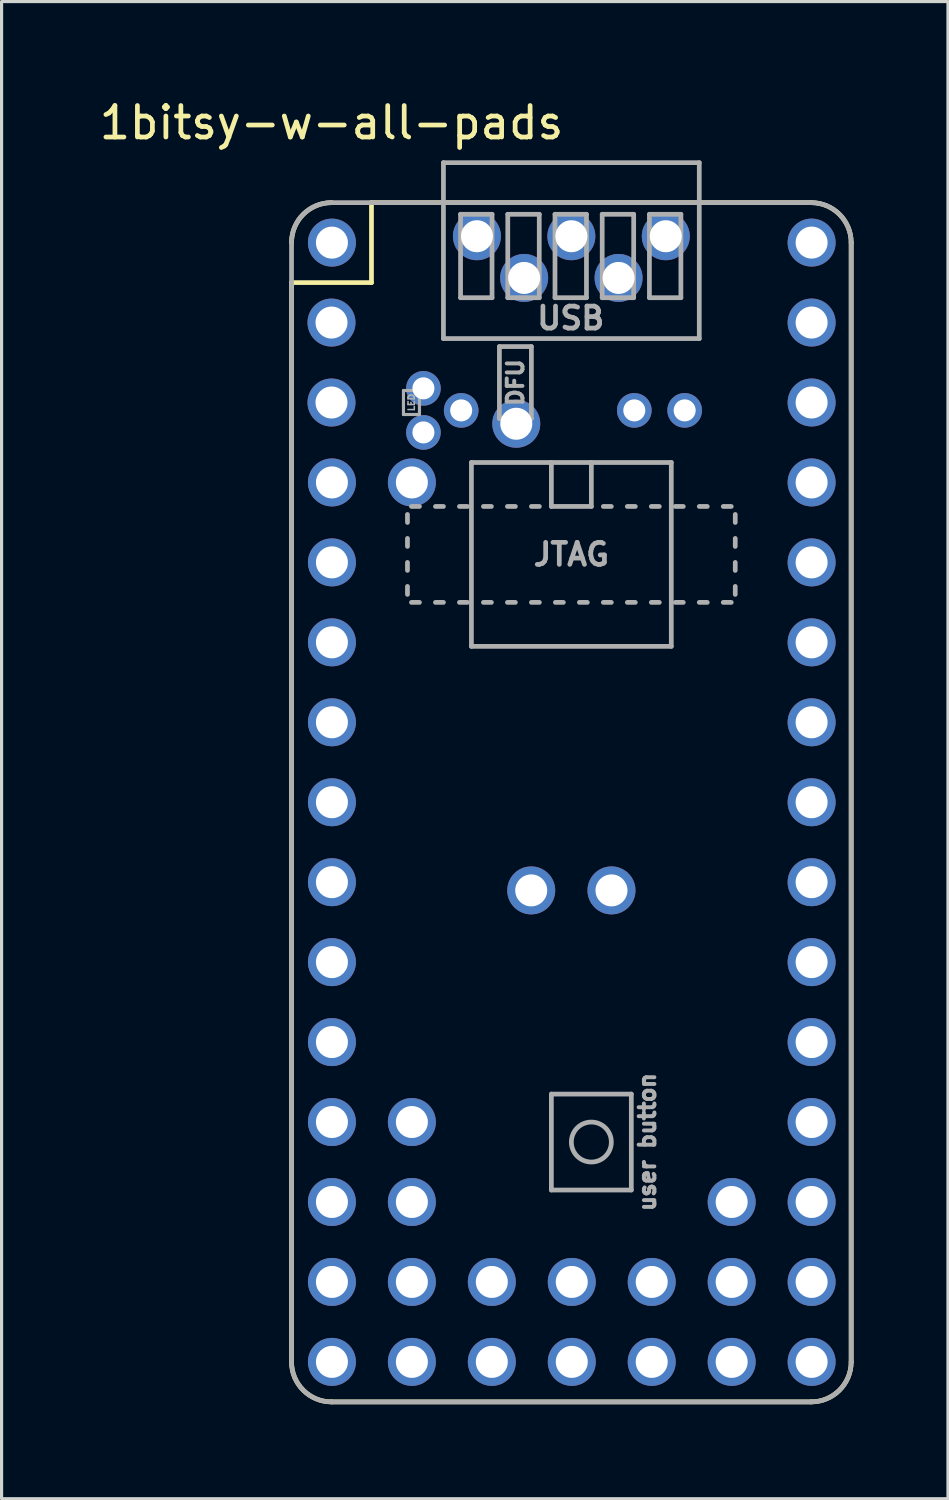
<source format=kicad_pcb>
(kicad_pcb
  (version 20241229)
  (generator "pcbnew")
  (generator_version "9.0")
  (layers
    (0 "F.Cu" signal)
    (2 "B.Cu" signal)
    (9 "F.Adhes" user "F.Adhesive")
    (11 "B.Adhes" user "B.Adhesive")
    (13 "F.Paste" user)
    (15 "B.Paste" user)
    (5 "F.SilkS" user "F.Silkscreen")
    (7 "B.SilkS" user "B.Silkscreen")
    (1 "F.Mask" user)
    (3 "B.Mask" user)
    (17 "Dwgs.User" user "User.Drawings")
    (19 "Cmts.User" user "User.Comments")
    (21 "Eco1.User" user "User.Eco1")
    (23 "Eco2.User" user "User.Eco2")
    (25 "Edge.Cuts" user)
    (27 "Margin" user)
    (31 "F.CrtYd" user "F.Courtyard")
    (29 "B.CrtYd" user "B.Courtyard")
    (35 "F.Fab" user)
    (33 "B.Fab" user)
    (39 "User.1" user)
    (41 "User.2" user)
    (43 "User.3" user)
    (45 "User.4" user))
  (footprint "1bitsy-w-all-pads"
    (layer "F.Cu")
    (at 7.482 4.658)
    (property "Reference" "1bitsy-w-all-pads" (at 0 -3.81 0) (layer "F.SilkS") (effects (font (size 1 1) (thickness 0.15))))
    (attr through_hole)
    (fp_line (start -1.27 1.27) (end -1.27 35.56) (stroke (width 0.15) (type solid)) (layer "F.SilkS"))
    (fp_line (start 0 36.83) (end 15.24 36.83) (stroke (width 0.15) (type solid)) (layer "F.SilkS"))
    (fp_line (start 1.27 -1.27) (end 1.27 1.27) (stroke (width 0.15) (type solid)) (layer "F.SilkS"))
    (fp_line (start 1.27 -1.27) (end 15.24 -1.27) (stroke (width 0.15) (type solid)) (layer "F.SilkS"))
    (fp_line (start 1.27 1.27) (end -1.27 1.27) (stroke (width 0.15) (type solid)) (layer "F.SilkS"))
    (fp_line (start 16.51 35.56) (end 16.51 0) (stroke (width 0.15) (type solid)) (layer "F.SilkS"))
    (fp_arc (start -1.27 0) (mid -0.898026 -0.898026) (end 0 -1.27) (stroke (width 0.15) (type solid)) (layer "F.SilkS"))
    (fp_arc (start 0 36.83) (mid -0.898026 36.458026) (end -1.27 35.56) (stroke (width 0.15) (type solid)) (layer "F.SilkS"))
    (fp_arc (start 15.24 -1.27) (mid 16.138026 -0.898026) (end 16.51 0) (stroke (width 0.15) (type solid)) (layer "F.SilkS"))
    (fp_arc (start 16.51 35.56) (mid 16.138026 36.458026) (end 15.24 36.83) (stroke (width 0.15) (type solid)) (layer "F.SilkS"))
    (fp_line (start -1.27 35.56) (end -1.27 0) (stroke (width 0.15) (type solid)) (layer "F.Fab"))
    (fp_line (start 0 -1.27) (end 15.24 -1.27) (stroke (width 0.15) (type solid)) (layer "F.Fab"))
    (fp_line (start 2.286 4.699) (end 2.794 4.699) (stroke (width 0.1) (type solid)) (layer "F.Fab"))
    (fp_line (start 2.286 5.461) (end 2.286 4.699) (stroke (width 0.1) (type solid)) (layer "F.Fab"))
    (fp_line (start 2.413 8.89) (end 2.413 8.636) (stroke (width 0.15) (type solid)) (layer "F.Fab"))
    (fp_line (start 2.413 9.652) (end 2.413 9.398) (stroke (width 0.15) (type solid)) (layer "F.Fab"))
    (fp_line (start 2.413 10.414) (end 2.413 10.16) (stroke (width 0.15) (type solid)) (layer "F.Fab"))
    (fp_line (start 2.413 11.176) (end 2.413 10.922) (stroke (width 0.15) (type solid)) (layer "F.Fab"))
    (fp_line (start 2.794 4.699) (end 2.794 5.461) (stroke (width 0.1) (type solid)) (layer "F.Fab"))
    (fp_line (start 2.794 5.461) (end 2.286 5.461) (stroke (width 0.1) (type solid)) (layer "F.Fab"))
    (fp_line (start 2.794 8.382) (end 2.54 8.382) (stroke (width 0.15) (type solid)) (layer "F.Fab"))
    (fp_line (start 2.794 11.43) (end 2.54 11.43) (stroke (width 0.15) (type solid)) (layer "F.Fab"))
    (fp_line (start 3.556 -2.54) (end 11.684 -2.54) (stroke (width 0.15) (type solid)) (layer "F.Fab"))
    (fp_line (start 3.556 -1.27) (end 3.556 -2.54) (stroke (width 0.15) (type solid)) (layer "F.Fab"))
    (fp_line (start 3.556 -1.27) (end 3.556 3.048) (stroke (width 0.15) (type solid)) (layer "F.Fab"))
    (fp_line (start 3.556 3.048) (end 11.684 3.048) (stroke (width 0.15) (type solid)) (layer "F.Fab"))
    (fp_line (start 3.556 8.382) (end 3.302 8.382) (stroke (width 0.15) (type solid)) (layer "F.Fab"))
    (fp_line (start 3.556 11.43) (end 3.302 11.43) (stroke (width 0.15) (type solid)) (layer "F.Fab"))
    (fp_line (start 4.064 8.382) (end 4.318 8.382) (stroke (width 0.15) (type solid)) (layer "F.Fab"))
    (fp_line (start 4.1 -0.9) (end 5.1 -0.9) (stroke (width 0.15) (type solid)) (layer "F.Fab"))
    (fp_line (start 4.1 1.75) (end 4.1 -0.9) (stroke (width 0.15) (type solid)) (layer "F.Fab"))
    (fp_line (start 4.318 11.43) (end 4.064 11.43) (stroke (width 0.15) (type solid)) (layer "F.Fab"))
    (fp_line (start 4.445 6.985) (end 10.795 6.985) (stroke (width 0.15) (type solid)) (layer "F.Fab"))
    (fp_line (start 4.445 12.827) (end 4.445 6.985) (stroke (width 0.15) (type solid)) (layer "F.Fab"))
    (fp_line (start 4.826 8.382) (end 5.08 8.382) (stroke (width 0.15) (type solid)) (layer "F.Fab"))
    (fp_line (start 4.826 11.43) (end 5.08 11.43) (stroke (width 0.15) (type solid)) (layer "F.Fab"))
    (fp_line (start 5.1 -0.9) (end 5.1 1.75) (stroke (width 0.15) (type solid)) (layer "F.Fab"))
    (fp_line (start 5.1 1.75) (end 4.1 1.75) (stroke (width 0.15) (type solid)) (layer "F.Fab"))
    (fp_line (start 5.334 3.302) (end 6.35 3.302) (stroke (width 0.15) (type solid)) (layer "F.Fab"))
    (fp_line (start 5.334 5.588) (end 5.334 3.302) (stroke (width 0.15) (type solid)) (layer "F.Fab"))
    (fp_line (start 5.588 8.382) (end 5.842 8.382) (stroke (width 0.15) (type solid)) (layer "F.Fab"))
    (fp_line (start 5.588 11.43) (end 5.842 11.43) (stroke (width 0.15) (type solid)) (layer "F.Fab"))
    (fp_line (start 5.6 -0.9) (end 6.6 -0.9) (stroke (width 0.15) (type solid)) (layer "F.Fab"))
    (fp_line (start 5.6 1.75) (end 5.6 -0.9) (stroke (width 0.15) (type solid)) (layer "F.Fab"))
    (fp_line (start 6.35 3.302) (end 6.35 5.588) (stroke (width 0.15) (type solid)) (layer "F.Fab"))
    (fp_line (start 6.35 5.588) (end 5.334 5.588) (stroke (width 0.15) (type solid)) (layer "F.Fab"))
    (fp_line (start 6.35 8.382) (end 6.604 8.382) (stroke (width 0.15) (type solid)) (layer "F.Fab"))
    (fp_line (start 6.35 11.43) (end 6.604 11.43) (stroke (width 0.15) (type solid)) (layer "F.Fab"))
    (fp_line (start 6.6 -0.9) (end 6.6 1.75) (stroke (width 0.15) (type solid)) (layer "F.Fab"))
    (fp_line (start 6.6 1.75) (end 5.6 1.75) (stroke (width 0.15) (type solid)) (layer "F.Fab"))
    (fp_line (start 6.985 6.985) (end 6.985 8.382) (stroke (width 0.15) (type solid)) (layer "F.Fab"))
    (fp_line (start 6.985 8.382) (end 8.255 8.382) (stroke (width 0.15) (type solid)) (layer "F.Fab"))
    (fp_line (start 6.985 27.051) (end 9.525 27.051) (stroke (width 0.15) (type solid)) (layer "F.Fab"))
    (fp_line (start 6.985 30.099) (end 6.985 27.051) (stroke (width 0.15) (type solid)) (layer "F.Fab"))
    (fp_line (start 7.1 -0.9) (end 8.1 -0.9) (stroke (width 0.15) (type solid)) (layer "F.Fab"))
    (fp_line (start 7.1 1.75) (end 7.1 -0.9) (stroke (width 0.15) (type solid)) (layer "F.Fab"))
    (fp_line (start 7.112 11.43) (end 7.366 11.43) (stroke (width 0.15) (type solid)) (layer "F.Fab"))
    (fp_line (start 7.874 11.43) (end 8.128 11.43) (stroke (width 0.15) (type solid)) (layer "F.Fab"))
    (fp_line (start 8.1 -0.9) (end 8.1 1.75) (stroke (width 0.15) (type solid)) (layer "F.Fab"))
    (fp_line (start 8.1 1.75) (end 7.1 1.75) (stroke (width 0.15) (type solid)) (layer "F.Fab"))
    (fp_line (start 8.255 8.382) (end 8.255 6.985) (stroke (width 0.15) (type solid)) (layer "F.Fab"))
    (fp_line (start 8.6 -0.9) (end 9.6 -0.9) (stroke (width 0.15) (type solid)) (layer "F.Fab"))
    (fp_line (start 8.6 1.75) (end 8.6 -0.9) (stroke (width 0.15) (type solid)) (layer "F.Fab"))
    (fp_line (start 8.636 8.382) (end 8.89 8.382) (stroke (width 0.15) (type solid)) (layer "F.Fab"))
    (fp_line (start 8.636 11.43) (end 8.89 11.43) (stroke (width 0.15) (type solid)) (layer "F.Fab"))
    (fp_line (start 9.398 8.382) (end 9.652 8.382) (stroke (width 0.15) (type solid)) (layer "F.Fab"))
    (fp_line (start 9.398 11.43) (end 9.652 11.43) (stroke (width 0.15) (type solid)) (layer "F.Fab"))
    (fp_line (start 9.525 27.051) (end 9.525 30.099) (stroke (width 0.15) (type solid)) (layer "F.Fab"))
    (fp_line (start 9.525 30.099) (end 6.985 30.099) (stroke (width 0.15) (type solid)) (layer "F.Fab"))
    (fp_line (start 9.6 -0.9) (end 9.6 1.75) (stroke (width 0.15) (type solid)) (layer "F.Fab"))
    (fp_line (start 9.6 1.75) (end 8.6 1.75) (stroke (width 0.15) (type solid)) (layer "F.Fab"))
    (fp_line (start 10.1 -0.9) (end 11.1 -0.9) (stroke (width 0.15) (type solid)) (layer "F.Fab"))
    (fp_line (start 10.1 1.75) (end 10.1 -0.9) (stroke (width 0.15) (type solid)) (layer "F.Fab"))
    (fp_line (start 10.16 8.382) (end 10.414 8.382) (stroke (width 0.15) (type solid)) (layer "F.Fab"))
    (fp_line (start 10.16 11.43) (end 10.414 11.43) (stroke (width 0.15) (type solid)) (layer "F.Fab"))
    (fp_line (start 10.795 6.985) (end 10.795 12.827) (stroke (width 0.15) (type solid)) (layer "F.Fab"))
    (fp_line (start 10.795 12.827) (end 4.445 12.827) (stroke (width 0.15) (type solid)) (layer "F.Fab"))
    (fp_line (start 10.922 11.43) (end 11.176 11.43) (stroke (width 0.15) (type solid)) (layer "F.Fab"))
    (fp_line (start 11.1 -0.9) (end 11.1 1.75) (stroke (width 0.15) (type solid)) (layer "F.Fab"))
    (fp_line (start 11.1 1.75) (end 10.1 1.75) (stroke (width 0.15) (type solid)) (layer "F.Fab"))
    (fp_line (start 11.176 8.382) (end 10.922 8.382) (stroke (width 0.15) (type solid)) (layer "F.Fab"))
    (fp_line (start 11.684 -2.54) (end 11.684 -1.27) (stroke (width 0.15) (type solid)) (layer "F.Fab"))
    (fp_line (start 11.684 3.048) (end 11.684 -1.27) (stroke (width 0.15) (type solid)) (layer "F.Fab"))
    (fp_line (start 11.684 8.382) (end 11.938 8.382) (stroke (width 0.15) (type solid)) (layer "F.Fab"))
    (fp_line (start 11.684 11.43) (end 11.938 11.43) (stroke (width 0.15) (type solid)) (layer "F.Fab"))
    (fp_line (start 12.446 8.382) (end 12.7 8.382) (stroke (width 0.15) (type solid)) (layer "F.Fab"))
    (fp_line (start 12.446 11.43) (end 12.7 11.43) (stroke (width 0.15) (type solid)) (layer "F.Fab"))
    (fp_line (start 12.827 8.89) (end 12.827 8.636) (stroke (width 0.15) (type solid)) (layer "F.Fab"))
    (fp_line (start 12.827 9.652) (end 12.827 9.398) (stroke (width 0.15) (type solid)) (layer "F.Fab"))
    (fp_line (start 12.827 10.414) (end 12.827 10.16) (stroke (width 0.15) (type solid)) (layer "F.Fab"))
    (fp_line (start 12.827 11.176) (end 12.827 10.922) (stroke (width 0.15) (type solid)) (layer "F.Fab"))
    (fp_line (start 15.24 36.83) (end 0 36.83) (stroke (width 0.15) (type solid)) (layer "F.Fab"))
    (fp_line (start 16.51 0) (end 16.51 35.56) (stroke (width 0.15) (type solid)) (layer "F.Fab"))
    (fp_arc (start -1.27 0) (mid -0.898026 -0.898026) (end 0 -1.27) (stroke (width 0.15) (type solid)) (layer "F.Fab"))
    (fp_arc (start 0 36.83) (mid -0.898026 36.458026) (end -1.27 35.56) (stroke (width 0.15) (type solid)) (layer "F.Fab"))
    (fp_arc (start 15.24 -1.27) (mid 16.138026 -0.898026) (end 16.51 0) (stroke (width 0.15) (type solid)) (layer "F.Fab"))
    (fp_arc (start 16.51 35.56) (mid 16.138026 36.458026) (end 15.24 36.83) (stroke (width 0.15) (type solid)) (layer "F.Fab"))
    (fp_circle (center 8.255 28.575) (end 8.89 28.575) (stroke (width 0.15) (type solid)) (fill no) (layer "F.Fab"))
    (fp_text user "LED" (at 2.54 5.08 90) (layer "F.Fab") (effects (font (size 0.2 0.2) (thickness 0.05))))
    (fp_text user "user button" (at 10.033 28.575 90) (layer "F.Fab") (effects (font (size 0.5 0.5) (thickness 0.125))))
    (fp_text user "DFU" (at 5.842 4.445 90) (layer "F.Fab") (effects (font (size 0.5 0.5) (thickness 0.125))))
    (fp_text user "JTAG" (at 7.62 9.906 0) (layer "F.Fab") (effects (font (size 0.7 0.7) (thickness 0.15))))
    (fp_text user "USB" (at 7.6 2.4 0) (layer "F.Fab") (effects (font (size 0.7 0.7) (thickness 0.15))))
    (pad "1" thru_hole circle (at 0.013 0 270) (size 1.524 1.524) (drill 1.016) (layers "*.Cu" "*.Mask"))
    (pad "2" thru_hole circle (at 0 2.54 270) (size 1.524 1.524) (drill 1.016) (layers "*.Cu" "*.Mask"))
    (pad "3" thru_hole circle (at 0 5.08 270) (size 1.524 1.524) (drill 1.016) (layers "*.Cu" "*.Mask"))
    (pad "4" thru_hole circle (at 0.013 7.619 270) (size 1.524 1.524) (drill 1.016) (layers "*.Cu" "*.Mask"))
    (pad "5" thru_hole circle (at 0.013 10.159 270) (size 1.524 1.524) (drill 1.016) (layers "*.Cu" "*.Mask"))
    (pad "6" thru_hole circle (at 0.013 12.699 270) (size 1.524 1.524) (drill 1.016) (layers "*.Cu" "*.Mask"))
    (pad "7" thru_hole circle (at 0.013 15.239 270) (size 1.524 1.524) (drill 1.016) (layers "*.Cu" "*.Mask"))
    (pad "8" thru_hole circle (at 0.013 17.779 270) (size 1.524 1.524) (drill 1.016) (layers "*.Cu" "*.Mask"))
    (pad "9" thru_hole circle (at 0.013 20.319 270) (size 1.524 1.524) (drill 1.016) (layers "*.Cu" "*.Mask"))
    (pad "10" thru_hole circle (at 0.013 22.859 270) (size 1.524 1.524) (drill 1.016) (layers "*.Cu" "*.Mask"))
    (pad "11" thru_hole circle (at 0.013 25.399 270) (size 1.524 1.524) (drill 1.016) (layers "*.Cu" "*.Mask"))
    (pad "12" thru_hole circle (at 0.013 27.939 270) (size 1.524 1.524) (drill 1.016) (layers "*.Cu" "*.Mask"))
    (pad "13" thru_hole circle (at 0.013 30.479 270) (size 1.524 1.524) (drill 1.016) (layers "*.Cu" "*.Mask"))
    (pad "14" thru_hole circle (at 0.013 33.019 270) (size 1.524 1.524) (drill 1.016) (layers "*.Cu" "*.Mask"))
    (pad "15" thru_hole circle (at 0.013 35.559 270) (size 1.524 1.524) (drill 1.016) (layers "*.Cu" "*.Mask"))
    (pad "16" thru_hole circle (at 15.253 35.559 270) (size 1.524 1.524) (drill 1.016) (layers "*.Cu" "*.Mask"))
    (pad "17" thru_hole circle (at 15.253 33.019 270) (size 1.524 1.524) (drill 1.016) (layers "*.Cu" "*.Mask"))
    (pad "18" thru_hole circle (at 15.253 30.479 270) (size 1.524 1.524) (drill 1.016) (layers "*.Cu" "*.Mask"))
    (pad "19" thru_hole circle (at 15.253 27.939 270) (size 1.524 1.524) (drill 1.016) (layers "*.Cu" "*.Mask"))
    (pad "20" thru_hole circle (at 15.253 25.399 270) (size 1.524 1.524) (drill 1.016) (layers "*.Cu" "*.Mask"))
    (pad "21" thru_hole circle (at 15.253 22.859 270) (size 1.524 1.524) (drill 1.016) (layers "*.Cu" "*.Mask"))
    (pad "22" thru_hole circle (at 15.253 20.319 270) (size 1.524 1.524) (drill 1.016) (layers "*.Cu" "*.Mask"))
    (pad "23" thru_hole circle (at 15.253 17.779 270) (size 1.524 1.524) (drill 1.016) (layers "*.Cu" "*.Mask"))
    (pad "24" thru_hole circle (at 15.253 15.239 270) (size 1.524 1.524) (drill 1.016) (layers "*.Cu" "*.Mask"))
    (pad "25" thru_hole circle (at 15.253 12.699 270) (size 1.524 1.524) (drill 1.016) (layers "*.Cu" "*.Mask"))
    (pad "26" thru_hole circle (at 15.253 10.159 270) (size 1.524 1.524) (drill 1.016) (layers "*.Cu" "*.Mask"))
    (pad "27" thru_hole circle (at 15.253 7.619 270) (size 1.524 1.524) (drill 1.016) (layers "*.Cu" "*.Mask"))
    (pad "28" thru_hole circle (at 15.253 5.079 270) (size 1.524 1.524) (drill 1.016) (layers "*.Cu" "*.Mask"))
    (pad "29" thru_hole circle (at 15.253 2.539 270) (size 1.524 1.524) (drill 1.016) (layers "*.Cu" "*.Mask"))
    (pad "30" thru_hole circle (at 15.253 -0.001 270) (size 1.524 1.524) (drill 1.016) (layers "*.Cu" "*.Mask"))
    (pad "31" thru_hole circle (at 2.553 33.019 270) (size 1.524 1.524) (drill 1.016) (layers "*.Cu" "*.Mask"))
    (pad "32" thru_hole circle (at 2.553 35.559 270) (size 1.524 1.524) (drill 1.016) (layers "*.Cu" "*.Mask"))
    (pad "33" thru_hole circle (at 5.093 33.019 270) (size 1.524 1.524) (drill 1.016) (layers "*.Cu" "*.Mask"))
    (pad "34" thru_hole circle (at 5.093 35.559 270) (size 1.524 1.524) (drill 1.016) (layers "*.Cu" "*.Mask"))
    (pad "35" thru_hole circle (at 7.633 33.019 270) (size 1.524 1.524) (drill 1.016) (layers "*.Cu" "*.Mask"))
    (pad "36" thru_hole circle (at 7.633 35.559 270) (size 1.524 1.524) (drill 1.016) (layers "*.Cu" "*.Mask"))
    (pad "37" thru_hole circle (at 10.173 33.019 270) (size 1.524 1.524) (drill 1.016) (layers "*.Cu" "*.Mask"))
    (pad "38" thru_hole circle (at 10.173 35.559 270) (size 1.524 1.524) (drill 1.016) (layers "*.Cu" "*.Mask"))
    (pad "39" thru_hole circle (at 12.713 33.019 270) (size 1.524 1.524) (drill 1.016) (layers "*.Cu" "*.Mask"))
    (pad "40" thru_hole circle (at 12.713 35.559 270) (size 1.524 1.524) (drill 1.016) (layers "*.Cu" "*.Mask"))
    (pad "41" thru_hole circle (at 2.553 7.619 270) (size 1.524 1.524) (drill 1.016) (layers "*.Cu" "*.Mask"))
    (pad "42" thru_hole circle (at 2.553 27.939 270) (size 1.524 1.524) (drill 1.016) (layers "*.Cu" "*.Mask"))
    (pad "43" thru_hole circle (at 2.553 30.479 270) (size 1.524 1.524) (drill 1.016) (layers "*.Cu" "*.Mask"))
    (pad "44" thru_hole circle (at 12.713 30.479 270) (size 1.524 1.524) (drill 1.016) (layers "*.Cu" "*.Mask"))
    (pad "45" thru_hole circle (at 4.62 -0.203) (size 1.524 1.524) (drill 1.016) (layers "*.Cu" "*.Mask"))
    (pad "46" thru_hole circle (at 6.12 1.122) (size 1.524 1.524) (drill 1.016) (layers "*.Cu" "*.Mask"))
    (pad "47" thru_hole circle (at 7.62 -0.203) (size 1.524 1.524) (drill 1.016) (layers "*.Cu" "*.Mask"))
    (pad "48" thru_hole circle (at 9.12 1.122) (size 1.524 1.524) (drill 1.016) (layers "*.Cu" "*.Mask"))
    (pad "49" thru_hole circle (at 10.62 -0.203) (size 1.524 1.524) (drill 1.016) (layers "*.Cu" "*.Mask"))
    (pad "50" thru_hole circle (at 5.87 5.755 270) (size 1.524 1.524) (drill 1.016) (layers "*.Cu" "*.Mask"))
    (pad "51" thru_hole circle (at 2.92 4.63) (size 1.1 1.1) (drill 0.7) (layers "*.Cu" "*.Mask"))
    (pad "52" thru_hole circle (at 2.92 6.03) (size 1.1 1.1) (drill 0.7) (layers "*.Cu" "*.Mask"))
    (pad "53" thru_hole circle (at 4.12 5.33) (size 1.1 1.1) (drill 0.7) (layers "*.Cu" "*.Mask"))
    (pad "54" thru_hole circle (at 9.62 5.33) (size 1.1 1.1) (drill 0.7) (layers "*.Cu" "*.Mask"))
    (pad "55" thru_hole circle (at 11.22 5.33) (size 1.1 1.1) (drill 0.7) (layers "*.Cu" "*.Mask"))
    (pad "56" thru_hole circle (at 6.345 20.58 270) (size 1.524 1.524) (drill 1.016) (layers "*.Cu" "*.Mask"))
    (pad "57" thru_hole circle (at 8.895 20.58 270) (size 1.524 1.524) (drill 1.016) (layers "*.Cu" "*.Mask")))
  (gr_rect
    (start -3 -3)
    (end 27.067 44.563)
    (stroke (width 0.1) (type default))
    (fill no)
    (layer "Edge.Cuts")))
</source>
